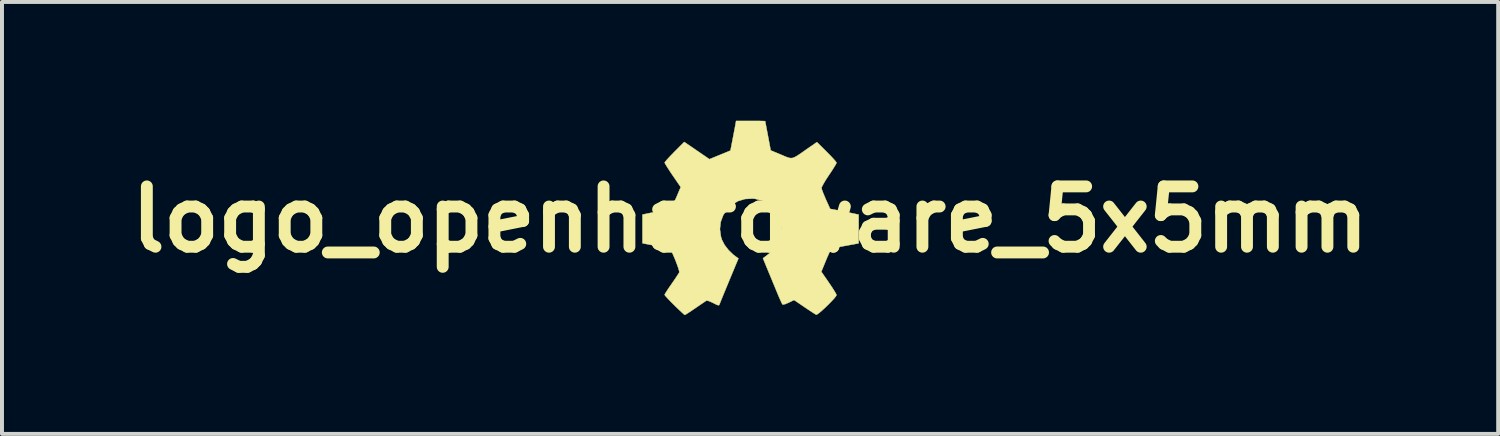
<source format=kicad_pcb>
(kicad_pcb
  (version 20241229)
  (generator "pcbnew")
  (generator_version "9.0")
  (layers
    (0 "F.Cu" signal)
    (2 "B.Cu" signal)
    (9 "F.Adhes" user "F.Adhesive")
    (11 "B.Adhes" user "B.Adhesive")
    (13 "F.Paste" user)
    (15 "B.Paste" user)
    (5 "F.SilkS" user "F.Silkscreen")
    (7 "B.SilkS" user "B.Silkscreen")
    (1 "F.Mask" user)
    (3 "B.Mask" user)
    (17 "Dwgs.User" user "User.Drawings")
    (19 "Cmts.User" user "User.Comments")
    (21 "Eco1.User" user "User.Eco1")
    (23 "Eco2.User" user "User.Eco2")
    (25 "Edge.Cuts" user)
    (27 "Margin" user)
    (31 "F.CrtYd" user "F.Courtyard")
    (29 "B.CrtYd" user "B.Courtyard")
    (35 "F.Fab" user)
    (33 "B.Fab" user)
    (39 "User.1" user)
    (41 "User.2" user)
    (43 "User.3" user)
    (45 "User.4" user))
  (footprint "logo_openhardware_5x5mm"
    (layer "F.Cu")
    (at 15.9 2.494)
    (property "Reference" "logo_openhardware_5x5mm" (at 0 0 0) (layer "F.SilkS") (effects (font (size 1.524 1.524) (thickness 0.3))))
    (attr through_hole)
    (fp_poly (pts (xy 0.144 -2.489) (xy 0.254 -2.488) (xy 0.335 -2.486) (xy 0.378 -2.484) (xy 0.382 -2.483) (xy 0.387 -2.457) (xy 0.399 -2.39) (xy 0.418 -2.291) (xy 0.441 -2.169) (xy 0.452 -2.111) (xy 0.521 -1.745) (xy 0.784 -1.635) (xy 0.882 -1.593) (xy 0.956 -1.564) (xy 1.015 -1.55) (xy 1.07 -1.552) (xy 1.128 -1.573) (xy 1.201 -1.615) (xy 1.297 -1.68) (xy 1.425 -1.77) (xy 1.435 -1.777) (xy 1.689 -1.953) (xy 1.937 -1.707) (xy 2.027 -1.616) (xy 2.103 -1.535) (xy 2.157 -1.473) (xy 2.183 -1.437) (xy 2.184 -1.432) (xy 2.171 -1.401) (xy 2.134 -1.338) (xy 2.078 -1.249) (xy 2.01 -1.146) (xy 1.994 -1.123) (xy 1.923 -1.015) (xy 1.865 -0.919) (xy 1.824 -0.844) (xy 1.805 -0.8) (xy 1.805 -0.796) (xy 1.815 -0.754) (xy 1.843 -0.678) (xy 1.883 -0.581) (xy 1.914 -0.508) (xy 2.023 -0.267) (xy 2.199 -0.234) (xy 2.321 -0.21) (xy 2.459 -0.182) (xy 2.559 -0.161) (xy 2.743 -0.122) (xy 2.743 0.604) (xy 2.445 0.659) (xy 2.323 0.681) (xy 2.215 0.701) (xy 2.134 0.716) (xy 2.093 0.724) (xy 2.064 0.741) (xy 2.032 0.784) (xy 1.993 0.859) (xy 1.942 0.973) (xy 1.92 1.028) (xy 1.8 1.32) (xy 1.992 1.598) (xy 2.064 1.704) (xy 2.123 1.796) (xy 2.165 1.867) (xy 2.184 1.907) (xy 2.184 1.91) (xy 2.167 1.943) (xy 2.121 2) (xy 2.053 2.073) (xy 1.973 2.155) (xy 1.889 2.236) (xy 1.808 2.31) (xy 1.739 2.367) (xy 1.69 2.401) (xy 1.672 2.407) (xy 1.639 2.388) (xy 1.573 2.346) (xy 1.485 2.288) (xy 1.382 2.219) (xy 1.375 2.214) (xy 1.112 2.035) (xy 0.975 2.102) (xy 0.89 2.138) (xy 0.834 2.151) (xy 0.818 2.145) (xy 0.8 2.113) (xy 0.768 2.044) (xy 0.727 1.95) (xy 0.692 1.867) (xy 0.639 1.738) (xy 0.575 1.584) (xy 0.509 1.424) (xy 0.456 1.297) (xy 0.326 0.981) (xy 0.398 0.928) (xy 0.523 0.829) (xy 0.615 0.732) (xy 0.687 0.623) (xy 0.71 0.579) (xy 0.774 0.398) (xy 0.792 0.217) (xy 0.767 0.042) (xy 0.703 -0.121) (xy 0.604 -0.265) (xy 0.473 -0.383) (xy 0.314 -0.471) (xy 0.131 -0.52) (xy 0.064 -0.527) (xy -0.13 -0.516) (xy -0.306 -0.463) (xy -0.459 -0.372) (xy -0.586 -0.249) (xy -0.681 -0.102) (xy -0.742 0.064) (xy -0.762 0.244) (xy -0.737 0.431) (xy -0.71 0.517) (xy -0.644 0.644) (xy -0.545 0.773) (xy -0.425 0.889) (xy -0.369 0.932) (xy -0.294 0.985) (xy -0.43 1.312) (xy -0.527 1.545) (xy -0.606 1.736) (xy -0.668 1.886) (xy -0.714 1.999) (xy -0.746 2.078) (xy -0.765 2.127) (xy -0.771 2.141) (xy -0.783 2.164) (xy -0.806 2.168) (xy -0.851 2.151) (xy -0.929 2.112) (xy -0.931 2.11) (xy -1.01 2.074) (xy -1.072 2.052) (xy -1.103 2.051) (xy -1.134 2.071) (xy -1.197 2.114) (xy -1.284 2.173) (xy -1.382 2.24) (xy -1.481 2.307) (xy -1.564 2.362) (xy -1.623 2.399) (xy -1.649 2.413) (xy -1.649 2.413) (xy -1.671 2.396) (xy -1.723 2.35) (xy -1.796 2.281) (xy -1.885 2.196) (xy -1.911 2.17) (xy -2.002 2.079) (xy -2.077 2.001) (xy -2.132 1.941) (xy -2.158 1.907) (xy -2.159 1.904) (xy -2.145 1.875) (xy -2.108 1.815) (xy -2.052 1.73) (xy -1.983 1.631) (xy -1.98 1.626) (xy -1.91 1.525) (xy -1.851 1.436) (xy -1.808 1.371) (xy -1.788 1.337) (xy -1.788 1.337) (xy -1.792 1.299) (xy -1.813 1.228) (xy -1.846 1.134) (xy -1.886 1.03) (xy -1.929 0.927) (xy -1.969 0.837) (xy -2.004 0.772) (xy -2.023 0.746) (xy -2.07 0.724) (xy -2.142 0.706) (xy -2.166 0.702) (xy -2.242 0.689) (xy -2.348 0.671) (xy -2.464 0.65) (xy -2.496 0.644) (xy -2.718 0.602) (xy -2.718 0.24) (xy -2.718 -0.123) (xy -2.597 -0.148) (xy -2.516 -0.165) (xy -2.405 -0.186) (xy -2.283 -0.209) (xy -2.243 -0.216) (xy -2.138 -0.238) (xy -2.052 -0.26) (xy -1.998 -0.28) (xy -1.987 -0.288) (xy -1.968 -0.323) (xy -1.935 -0.393) (xy -1.893 -0.488) (xy -1.858 -0.567) (xy -1.752 -0.817) (xy -1.956 -1.114) (xy -2.029 -1.223) (xy -2.09 -1.317) (xy -2.134 -1.389) (xy -2.157 -1.431) (xy -2.158 -1.436) (xy -2.141 -1.462) (xy -2.094 -1.516) (xy -2.024 -1.592) (xy -1.938 -1.681) (xy -1.911 -1.709) (xy -1.663 -1.957) (xy -1.345 -1.74) (xy -1.027 -1.522) (xy -0.761 -1.631) (xy -0.495 -1.74) (xy -0.441 -2.02) (xy -0.417 -2.143) (xy -0.395 -2.259) (xy -0.378 -2.35) (xy -0.37 -2.394) (xy -0.353 -2.489) (xy 0.014 -2.489) (xy 0.144 -2.489)) (stroke (width 0.01) (type solid)) (fill yes) (layer "F.SilkS")))
  (gr_rect
    (start -3 -3)
    (end 34.801 7.912)
    (stroke (width 0.1) (type default))
    (fill no)
    (layer "Edge.Cuts")))
</source>
